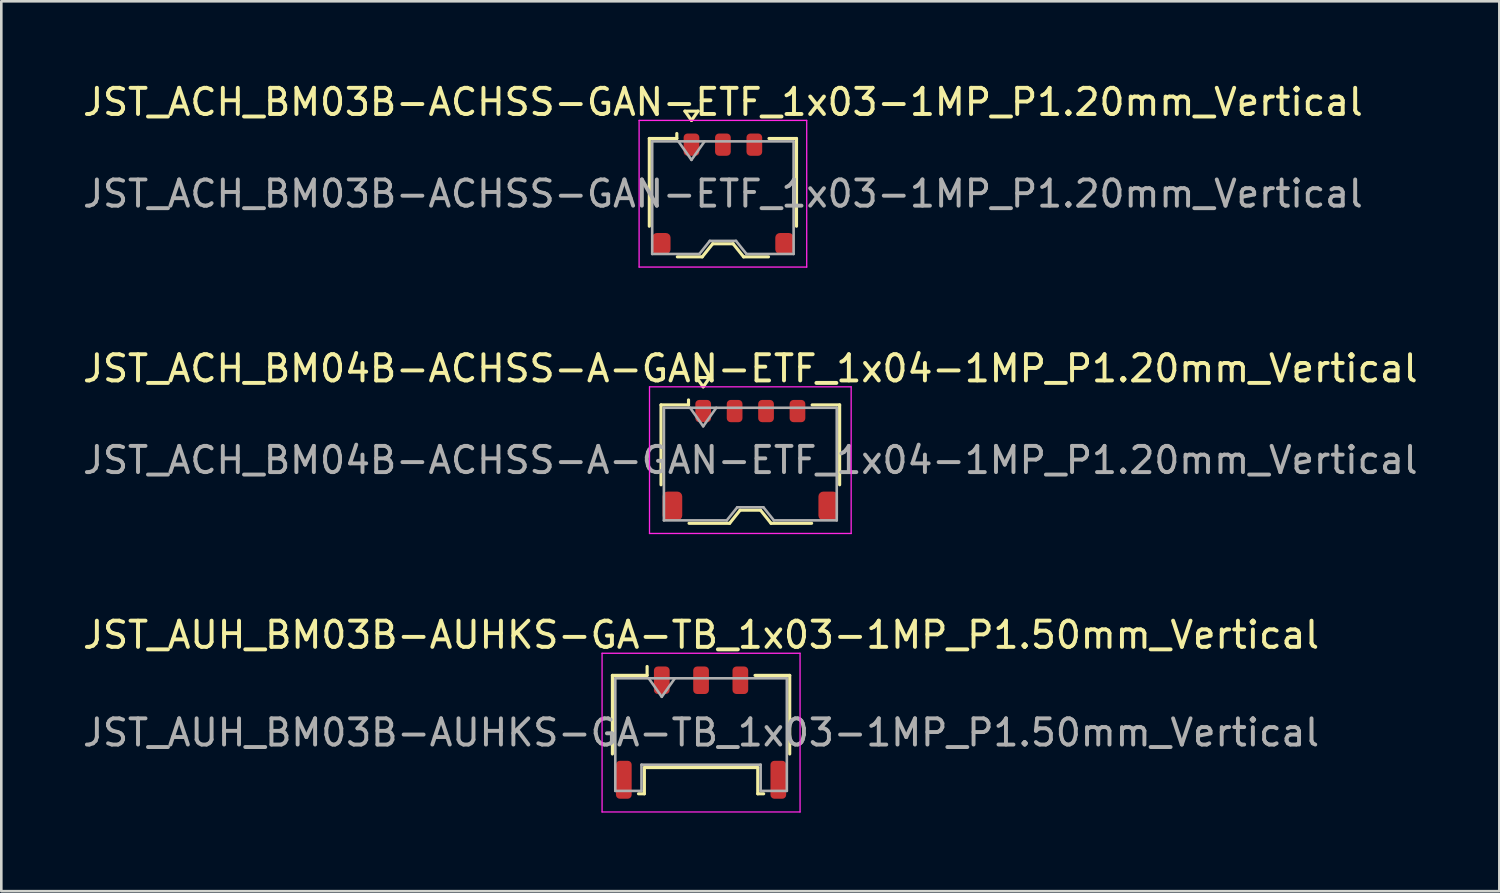
<source format=kicad_pcb>
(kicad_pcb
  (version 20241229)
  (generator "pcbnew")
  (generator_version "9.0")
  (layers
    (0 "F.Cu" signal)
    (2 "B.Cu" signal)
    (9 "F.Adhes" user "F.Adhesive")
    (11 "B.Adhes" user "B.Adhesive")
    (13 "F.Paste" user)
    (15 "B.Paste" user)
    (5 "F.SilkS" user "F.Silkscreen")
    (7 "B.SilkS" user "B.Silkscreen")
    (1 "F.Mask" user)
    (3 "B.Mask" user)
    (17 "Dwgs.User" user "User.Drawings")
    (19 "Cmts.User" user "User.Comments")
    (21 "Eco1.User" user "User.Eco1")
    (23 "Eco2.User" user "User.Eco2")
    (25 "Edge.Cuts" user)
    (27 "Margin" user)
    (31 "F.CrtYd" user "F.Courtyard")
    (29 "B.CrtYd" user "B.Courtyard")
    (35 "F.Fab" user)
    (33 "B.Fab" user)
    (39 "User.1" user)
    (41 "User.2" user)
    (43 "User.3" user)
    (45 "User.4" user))
  (footprint "JST_AUH_BM03B-AUHKS-GA-TB_1x03-1MP_P1.50mm_Vertical"
    (layer "F.Cu")
    (at 23.72 24.925)
    (property "Reference" "JST_AUH_BM03B-AUHKS-GA-TB_1x03-1MP_P1.50mm_Vertical" (at 0 -3.73 0) (layer "F.SilkS") (effects (font (size 1 1) (thickness 0.15))))
    (attr smd)
    (fp_line (start -3.385 -2.185) (end -2.06 -2.185) (stroke (width 0.12) (type solid)) (layer "F.SilkS"))
    (fp_line (start -3.385 0.815) (end -3.385 -2.185) (stroke (width 0.12) (type solid)) (layer "F.SilkS"))
    (fp_line (start -2.39 2.335) (end -2.165 2.335) (stroke (width 0.12) (type solid)) (layer "F.SilkS"))
    (fp_line (start -2.165 1.335) (end 2.165 1.335) (stroke (width 0.12) (type solid)) (layer "F.SilkS"))
    (fp_line (start -2.165 2.335) (end -2.165 1.335) (stroke (width 0.12) (type solid)) (layer "F.SilkS"))
    (fp_line (start -2.06 -2.185) (end -2.06 -2.525) (stroke (width 0.12) (type solid)) (layer "F.SilkS"))
    (fp_line (start 2.165 1.335) (end 2.165 2.335) (stroke (width 0.12) (type solid)) (layer "F.SilkS"))
    (fp_line (start 2.165 2.335) (end 2.39 2.335) (stroke (width 0.12) (type solid)) (layer "F.SilkS"))
    (fp_line (start 3.385 -2.185) (end 2.06 -2.185) (stroke (width 0.12) (type solid)) (layer "F.SilkS"))
    (fp_line (start 3.385 0.815) (end 3.385 -2.185) (stroke (width 0.12) (type solid)) (layer "F.SilkS"))
    (fp_line (start -3.78 -3.03) (end -3.78 3.03) (stroke (width 0.05) (type solid)) (layer "F.CrtYd"))
    (fp_line (start -3.78 3.03) (end 3.78 3.03) (stroke (width 0.05) (type solid)) (layer "F.CrtYd"))
    (fp_line (start 3.78 -3.03) (end -3.78 -3.03) (stroke (width 0.05) (type solid)) (layer "F.CrtYd"))
    (fp_line (start 3.78 3.03) (end 3.78 -3.03) (stroke (width 0.05) (type solid)) (layer "F.CrtYd"))
    (fp_line (start -3.275 -2.075) (end -3.275 2.225) (stroke (width 0.1) (type solid)) (layer "F.Fab"))
    (fp_line (start -3.275 -2.075) (end 3.275 -2.075) (stroke (width 0.1) (type solid)) (layer "F.Fab"))
    (fp_line (start -3.275 2.225) (end -2.275 2.225) (stroke (width 0.1) (type solid)) (layer "F.Fab"))
    (fp_line (start -2.275 1.225) (end 2.275 1.225) (stroke (width 0.1) (type solid)) (layer "F.Fab"))
    (fp_line (start -2.275 2.225) (end -2.275 1.225) (stroke (width 0.1) (type solid)) (layer "F.Fab"))
    (fp_line (start -2 -2.075) (end -1.5 -1.368) (stroke (width 0.1) (type solid)) (layer "F.Fab"))
    (fp_line (start -1.5 -1.368) (end -1 -2.075) (stroke (width 0.1) (type solid)) (layer "F.Fab"))
    (fp_line (start 2.275 1.225) (end 2.275 2.225) (stroke (width 0.1) (type solid)) (layer "F.Fab"))
    (fp_line (start 2.275 2.225) (end 3.275 2.225) (stroke (width 0.1) (type solid)) (layer "F.Fab"))
    (fp_line (start 3.275 -2.075) (end 3.275 2.225) (stroke (width 0.1) (type solid)) (layer "F.Fab"))
    (fp_text user "${REFERENCE}" (at 0 0 0) (layer "F.Fab") (effects (font (size 1 1) (thickness 0.15))))
    (pad "1" smd roundrect (at -1.5 -2) (size 0.6 1.05) (layers "F.Cu" "F.Mask" "F.Paste") (roundrect_rratio 0.25))
    (pad "2" smd roundrect (at 0 -2) (size 0.6 1.05) (layers "F.Cu" "F.Mask" "F.Paste") (roundrect_rratio 0.25))
    (pad "3" smd roundrect (at 1.5 -2) (size 0.6 1.05) (layers "F.Cu" "F.Mask" "F.Paste") (roundrect_rratio 0.25))
    (pad "MP" smd roundrect (at -2.95 1.8) (size 0.6 1.45) (layers "F.Cu" "F.Mask" "F.Paste") (roundrect_rratio 0.25))
    (pad "MP" smd roundrect (at 2.95 1.8) (size 0.6 1.45) (layers "F.Cu" "F.Mask" "F.Paste") (roundrect_rratio 0.25)))
  (footprint "JST_ACH_BM03B-ACHSS-GAN-ETF_1x03-1MP_P1.20mm_Vertical"
    (layer "F.Cu")
    (at 24.554 4.348)
    (property "Reference" "JST_ACH_BM03B-ACHSS-GAN-ETF_1x03-1MP_P1.20mm_Vertical" (at 0 -3.5 0) (layer "F.SilkS") (effects (font (size 1 1) (thickness 0.15))))
    (attr smd)
    (fp_line (start -2.81 -2.11) (end -1.76 -2.11) (stroke (width 0.12) (type solid)) (layer "F.SilkS"))
    (fp_line (start -2.81 1.24) (end -2.81 -2.11) (stroke (width 0.12) (type solid)) (layer "F.SilkS"))
    (fp_line (start -1.76 -2.11) (end -1.76 -2.3) (stroke (width 0.12) (type solid)) (layer "F.SilkS"))
    (fp_line (start -1.74 2.41) (end -0.79 2.41) (stroke (width 0.12) (type solid)) (layer "F.SilkS"))
    (fp_line (start -1.45 -3.154) (end -1.2 -2.8) (stroke (width 0.12) (type solid)) (layer "F.SilkS"))
    (fp_line (start -1.2 -2.8) (end -0.95 -3.154) (stroke (width 0.12) (type solid)) (layer "F.SilkS"))
    (fp_line (start -0.95 -3.154) (end -1.45 -3.154) (stroke (width 0.12) (type solid)) (layer "F.SilkS"))
    (fp_line (start -0.79 2.41) (end -0.39 1.91) (stroke (width 0.12) (type solid)) (layer "F.SilkS"))
    (fp_line (start -0.39 1.91) (end 0.39 1.91) (stroke (width 0.12) (type solid)) (layer "F.SilkS"))
    (fp_line (start 0.39 1.91) (end 0.79 2.41) (stroke (width 0.12) (type solid)) (layer "F.SilkS"))
    (fp_line (start 0.79 2.41) (end 1.74 2.41) (stroke (width 0.12) (type solid)) (layer "F.SilkS"))
    (fp_line (start 2.81 -2.11) (end 1.76 -2.11) (stroke (width 0.12) (type solid)) (layer "F.SilkS"))
    (fp_line (start 2.81 1.24) (end 2.81 -2.11) (stroke (width 0.12) (type solid)) (layer "F.SilkS"))
    (fp_line (start -3.2 -2.8) (end -3.2 2.8) (stroke (width 0.05) (type solid)) (layer "F.CrtYd"))
    (fp_line (start -3.2 2.8) (end 3.2 2.8) (stroke (width 0.05) (type solid)) (layer "F.CrtYd"))
    (fp_line (start 3.2 -2.8) (end -3.2 -2.8) (stroke (width 0.05) (type solid)) (layer "F.CrtYd"))
    (fp_line (start 3.2 2.8) (end 3.2 -2.8) (stroke (width 0.05) (type solid)) (layer "F.CrtYd"))
    (fp_line (start -2.7 -2) (end -2.7 2.3) (stroke (width 0.1) (type solid)) (layer "F.Fab"))
    (fp_line (start -2.7 -2) (end 2.7 -2) (stroke (width 0.1) (type solid)) (layer "F.Fab"))
    (fp_line (start -2.7 2.3) (end -0.9 2.3) (stroke (width 0.1) (type solid)) (layer "F.Fab"))
    (fp_line (start -1.7 -2) (end -1.2 -1.293) (stroke (width 0.1) (type solid)) (layer "F.Fab"))
    (fp_line (start -1.2 -1.293) (end -0.7 -2) (stroke (width 0.1) (type solid)) (layer "F.Fab"))
    (fp_line (start -0.9 2.3) (end -0.5 1.8) (stroke (width 0.1) (type solid)) (layer "F.Fab"))
    (fp_line (start -0.5 1.8) (end 0.5 1.8) (stroke (width 0.1) (type solid)) (layer "F.Fab"))
    (fp_line (start 0.5 1.8) (end 0.9 2.3) (stroke (width 0.1) (type solid)) (layer "F.Fab"))
    (fp_line (start 0.9 2.3) (end 2.7 2.3) (stroke (width 0.1) (type solid)) (layer "F.Fab"))
    (fp_line (start 2.7 -2) (end 2.7 2.3) (stroke (width 0.1) (type solid)) (layer "F.Fab"))
    (fp_text user "${REFERENCE}" (at 0 0 0) (layer "F.Fab") (effects (font (size 1 1) (thickness 0.15))))
    (pad "1" smd roundrect (at -1.2 -1.875) (size 0.6 0.85) (layers "F.Cu" "F.Mask" "F.Paste") (roundrect_rratio 0.25))
    (pad "2" smd roundrect (at 0 -1.875) (size 0.6 0.85) (layers "F.Cu" "F.Mask" "F.Paste") (roundrect_rratio 0.25))
    (pad "3" smd roundrect (at 1.2 -1.875) (size 0.6 0.85) (layers "F.Cu" "F.Mask" "F.Paste") (roundrect_rratio 0.25))
    (pad "MP" smd roundrect (at -2.35 1.9) (size 0.7 0.8) (layers "F.Cu" "F.Mask" "F.Paste") (roundrect_rratio 0.25))
    (pad "MP" smd roundrect (at 2.35 1.9) (size 0.7 0.8) (layers "F.Cu" "F.Mask" "F.Paste") (roundrect_rratio 0.25)))
  (footprint "JST_ACH_BM04B-ACHSS-A-GAN-ETF_1x04-1MP_P1.20mm_Vertical"
    (layer "F.Cu")
    (at 25.601 14.521)
    (property "Reference" "JST_ACH_BM04B-ACHSS-A-GAN-ETF_1x04-1MP_P1.20mm_Vertical" (at 0 -3.5 0) (layer "F.SilkS") (effects (font (size 1 1) (thickness 0.15))))
    (attr smd)
    (fp_line (start -3.41 -2.11) (end -2.36 -2.11) (stroke (width 0.12) (type solid)) (layer "F.SilkS"))
    (fp_line (start -3.41 0.94) (end -3.41 -2.11) (stroke (width 0.12) (type solid)) (layer "F.SilkS"))
    (fp_line (start -2.36 -2.11) (end -2.36 -2.3) (stroke (width 0.12) (type solid)) (layer "F.SilkS"))
    (fp_line (start -2.34 2.41) (end -0.79 2.41) (stroke (width 0.12) (type solid)) (layer "F.SilkS"))
    (fp_line (start -2.05 -3.154) (end -1.8 -2.8) (stroke (width 0.12) (type solid)) (layer "F.SilkS"))
    (fp_line (start -1.8 -2.8) (end -1.55 -3.154) (stroke (width 0.12) (type solid)) (layer "F.SilkS"))
    (fp_line (start -1.55 -3.154) (end -2.05 -3.154) (stroke (width 0.12) (type solid)) (layer "F.SilkS"))
    (fp_line (start -0.79 2.41) (end -0.39 1.91) (stroke (width 0.12) (type solid)) (layer "F.SilkS"))
    (fp_line (start -0.39 1.91) (end 0.39 1.91) (stroke (width 0.12) (type solid)) (layer "F.SilkS"))
    (fp_line (start 0.39 1.91) (end 0.79 2.41) (stroke (width 0.12) (type solid)) (layer "F.SilkS"))
    (fp_line (start 0.79 2.41) (end 2.34 2.41) (stroke (width 0.12) (type solid)) (layer "F.SilkS"))
    (fp_line (start 3.41 -2.11) (end 2.36 -2.11) (stroke (width 0.12) (type solid)) (layer "F.SilkS"))
    (fp_line (start 3.41 0.94) (end 3.41 -2.11) (stroke (width 0.12) (type solid)) (layer "F.SilkS"))
    (fp_line (start -3.85 -2.8) (end -3.85 2.8) (stroke (width 0.05) (type solid)) (layer "F.CrtYd"))
    (fp_line (start -3.85 2.8) (end 3.85 2.8) (stroke (width 0.05) (type solid)) (layer "F.CrtYd"))
    (fp_line (start 3.85 -2.8) (end -3.85 -2.8) (stroke (width 0.05) (type solid)) (layer "F.CrtYd"))
    (fp_line (start 3.85 2.8) (end 3.85 -2.8) (stroke (width 0.05) (type solid)) (layer "F.CrtYd"))
    (fp_line (start -3.3 -2) (end -3.3 2.3) (stroke (width 0.1) (type solid)) (layer "F.Fab"))
    (fp_line (start -3.3 -2) (end 3.3 -2) (stroke (width 0.1) (type solid)) (layer "F.Fab"))
    (fp_line (start -3.3 2.3) (end -0.9 2.3) (stroke (width 0.1) (type solid)) (layer "F.Fab"))
    (fp_line (start -2.3 -2) (end -1.8 -1.293) (stroke (width 0.1) (type solid)) (layer "F.Fab"))
    (fp_line (start -1.8 -1.293) (end -1.3 -2) (stroke (width 0.1) (type solid)) (layer "F.Fab"))
    (fp_line (start -0.9 2.3) (end -0.5 1.8) (stroke (width 0.1) (type solid)) (layer "F.Fab"))
    (fp_line (start -0.5 1.8) (end 0.5 1.8) (stroke (width 0.1) (type solid)) (layer "F.Fab"))
    (fp_line (start 0.5 1.8) (end 0.9 2.3) (stroke (width 0.1) (type solid)) (layer "F.Fab"))
    (fp_line (start 0.9 2.3) (end 3.3 2.3) (stroke (width 0.1) (type solid)) (layer "F.Fab"))
    (fp_line (start 3.3 -2) (end 3.3 2.3) (stroke (width 0.1) (type solid)) (layer "F.Fab"))
    (fp_text user "${REFERENCE}" (at 0 0 0) (layer "F.Fab") (effects (font (size 1 1) (thickness 0.15))))
    (pad "1" smd roundrect (at -1.8 -1.875) (size 0.6 0.85) (layers "F.Cu" "F.Mask" "F.Paste") (roundrect_rratio 0.25))
    (pad "2" smd roundrect (at -0.6 -1.875) (size 0.6 0.85) (layers "F.Cu" "F.Mask" "F.Paste") (roundrect_rratio 0.25))
    (pad "3" smd roundrect (at 0.6 -1.875) (size 0.6 0.85) (layers "F.Cu" "F.Mask" "F.Paste") (roundrect_rratio 0.25))
    (pad "4" smd roundrect (at 1.8 -1.875) (size 0.6 0.85) (layers "F.Cu" "F.Mask" "F.Paste") (roundrect_rratio 0.25))
    (pad "MP" smd roundrect (at -2.975 1.75) (size 0.75 1.1) (layers "F.Cu" "F.Mask" "F.Paste") (roundrect_rratio 0.25))
    (pad "MP" smd roundrect (at 2.975 1.75) (size 0.75 1.1) (layers "F.Cu" "F.Mask" "F.Paste") (roundrect_rratio 0.25)))
  (gr_rect
    (start -3 -3)
    (end 54.202 30.98)
    (stroke (width 0.1) (type default))
    (fill no)
    (layer "Edge.Cuts")))
</source>
